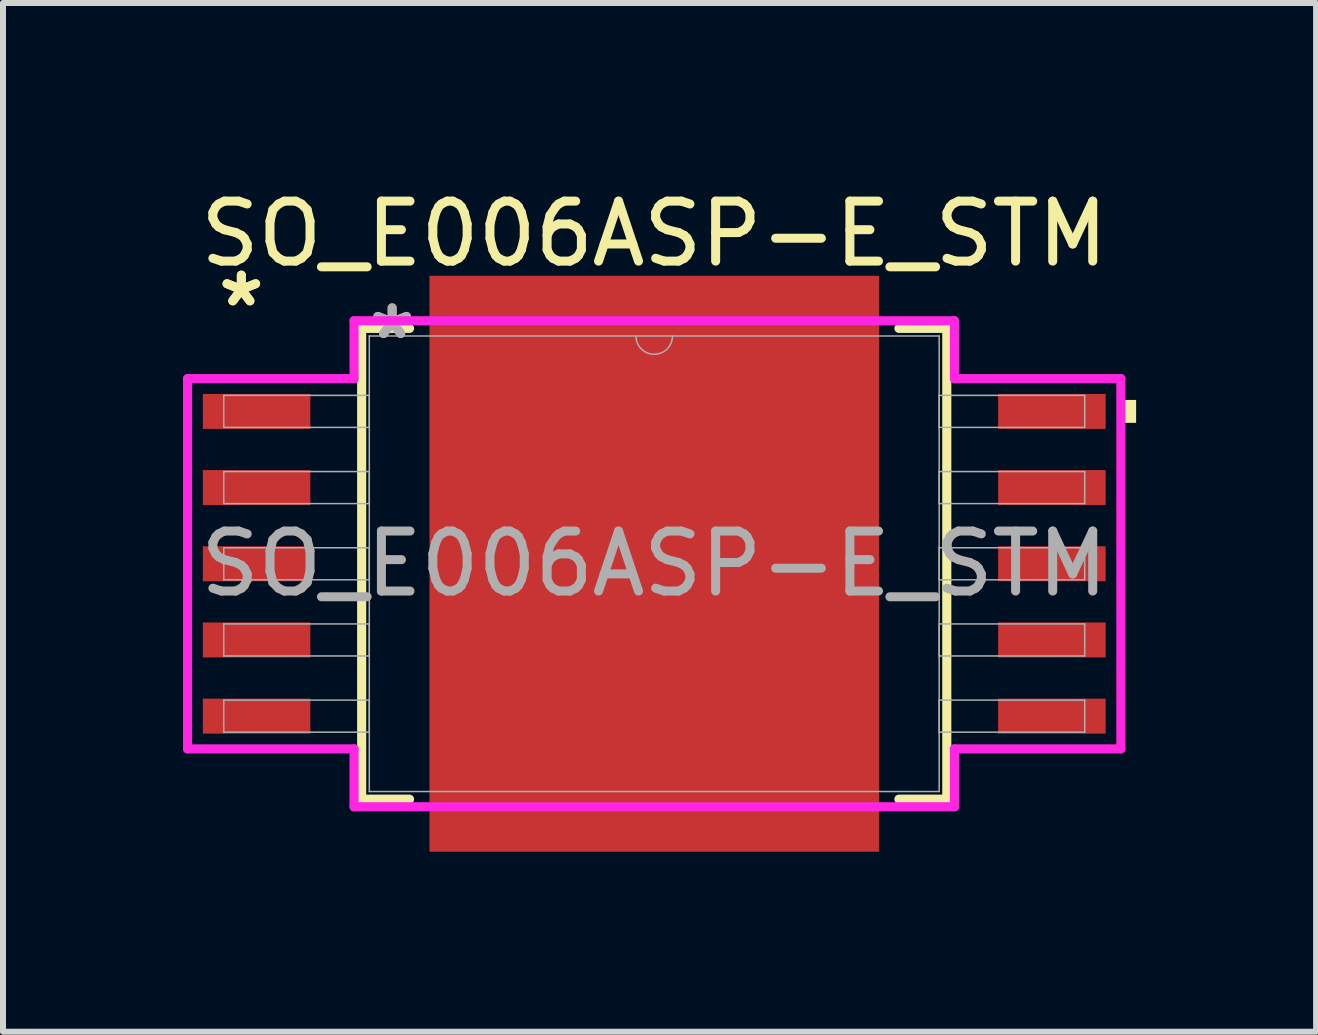
<source format=kicad_pcb>
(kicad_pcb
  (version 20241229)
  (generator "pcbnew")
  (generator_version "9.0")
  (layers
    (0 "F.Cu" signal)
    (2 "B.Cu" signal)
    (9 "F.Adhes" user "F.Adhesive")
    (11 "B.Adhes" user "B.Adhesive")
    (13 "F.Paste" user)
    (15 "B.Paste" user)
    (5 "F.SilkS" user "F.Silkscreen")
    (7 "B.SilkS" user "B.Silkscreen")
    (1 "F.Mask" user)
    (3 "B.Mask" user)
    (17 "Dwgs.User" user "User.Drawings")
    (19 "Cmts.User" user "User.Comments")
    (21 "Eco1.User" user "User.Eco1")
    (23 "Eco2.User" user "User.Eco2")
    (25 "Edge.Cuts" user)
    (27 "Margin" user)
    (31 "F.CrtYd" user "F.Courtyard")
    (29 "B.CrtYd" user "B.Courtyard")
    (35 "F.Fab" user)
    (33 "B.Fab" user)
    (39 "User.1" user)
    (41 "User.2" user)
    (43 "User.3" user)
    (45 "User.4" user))
  (footprint "SO_E006ASP-E_STM"
    (layer "F.Cu")
    (at 7.856 6.348)
    (property "Reference" "SO_E006ASP-E_STM" (at 0 -5.5 0) (unlocked yes) (layer "F.SilkS") (effects (font (size 1 1) (thickness 0.15))))
    (attr smd)
    (fp_line (start -4.877 -3.924) (end -4.877 3.924) (stroke (width 0.152) (type solid)) (layer "F.SilkS"))
    (fp_line (start -4.877 3.924) (end -4.079 3.924) (stroke (width 0.152) (type solid)) (layer "F.SilkS"))
    (fp_line (start -4.079 -3.924) (end -4.877 -3.924) (stroke (width 0.152) (type solid)) (layer "F.SilkS"))
    (fp_line (start 4.079 3.924) (end 4.877 3.924) (stroke (width 0.152) (type solid)) (layer "F.SilkS"))
    (fp_line (start 4.877 -3.924) (end 4.079 -3.924) (stroke (width 0.152) (type solid)) (layer "F.SilkS"))
    (fp_line (start 4.877 3.924) (end 4.877 -3.924) (stroke (width 0.152) (type solid)) (layer "F.SilkS"))
    (fp_poly (pts (xy 8.033 -2.731) (xy 8.033 -2.349) (xy 7.779 -2.349) (xy 7.779 -2.731)) (stroke (width 0) (type solid)) (fill yes) (layer "F.SilkS"))
    (fp_poly (pts (xy -3.647 -4.701) (xy -3.647 -3.529) (xy -2.348 -3.529) (xy -2.348 -4.701)) (stroke (width 0) (type solid)) (fill yes) (layer "F.Paste"))
    (fp_poly (pts (xy -3.647 -3.329) (xy -3.647 -2.157) (xy -2.348 -2.157) (xy -2.348 -3.329)) (stroke (width 0) (type solid)) (fill yes) (layer "F.Paste"))
    (fp_poly (pts (xy -3.647 -1.957) (xy -3.647 -0.786) (xy -2.348 -0.786) (xy -2.348 -1.957)) (stroke (width 0) (type solid)) (fill yes) (layer "F.Paste"))
    (fp_poly (pts (xy -3.647 -0.586) (xy -3.647 0.586) (xy -2.348 0.586) (xy -2.348 -0.586)) (stroke (width 0) (type solid)) (fill yes) (layer "F.Paste"))
    (fp_poly (pts (xy -3.647 0.786) (xy -3.647 1.957) (xy -2.348 1.957) (xy -2.348 0.786)) (stroke (width 0) (type solid)) (fill yes) (layer "F.Paste"))
    (fp_poly (pts (xy -3.647 2.157) (xy -3.647 3.329) (xy -2.348 3.329) (xy -2.348 2.157)) (stroke (width 0) (type solid)) (fill yes) (layer "F.Paste"))
    (fp_poly (pts (xy -3.647 3.529) (xy -3.647 4.701) (xy -2.348 4.701) (xy -2.348 3.529)) (stroke (width 0) (type solid)) (fill yes) (layer "F.Paste"))
    (fp_poly (pts (xy -2.148 -4.701) (xy -2.148 -3.529) (xy -0.849 -3.529) (xy -0.849 -4.701)) (stroke (width 0) (type solid)) (fill yes) (layer "F.Paste"))
    (fp_poly (pts (xy -2.148 -3.329) (xy -2.148 -2.157) (xy -0.849 -2.157) (xy -0.849 -3.329)) (stroke (width 0) (type solid)) (fill yes) (layer "F.Paste"))
    (fp_poly (pts (xy -2.148 -1.957) (xy -2.148 -0.786) (xy -0.849 -0.786) (xy -0.849 -1.957)) (stroke (width 0) (type solid)) (fill yes) (layer "F.Paste"))
    (fp_poly (pts (xy -2.148 -0.586) (xy -2.148 0.586) (xy -0.849 0.586) (xy -0.849 -0.586)) (stroke (width 0) (type solid)) (fill yes) (layer "F.Paste"))
    (fp_poly (pts (xy -2.148 0.786) (xy -2.148 1.957) (xy -0.849 1.957) (xy -0.849 0.786)) (stroke (width 0) (type solid)) (fill yes) (layer "F.Paste"))
    (fp_poly (pts (xy -2.148 2.157) (xy -2.148 3.329) (xy -0.849 3.329) (xy -0.849 2.157)) (stroke (width 0) (type solid)) (fill yes) (layer "F.Paste"))
    (fp_poly (pts (xy -2.148 3.529) (xy -2.148 4.701) (xy -0.849 4.701) (xy -0.849 3.529)) (stroke (width 0) (type solid)) (fill yes) (layer "F.Paste"))
    (fp_poly (pts (xy -0.649 -4.701) (xy -0.649 -3.529) (xy 0.649 -3.529) (xy 0.649 -4.701)) (stroke (width 0) (type solid)) (fill yes) (layer "F.Paste"))
    (fp_poly (pts (xy -0.649 -3.329) (xy -0.649 -2.157) (xy 0.649 -2.157) (xy 0.649 -3.329)) (stroke (width 0) (type solid)) (fill yes) (layer "F.Paste"))
    (fp_poly (pts (xy -0.649 -1.957) (xy -0.649 -0.786) (xy 0.649 -0.786) (xy 0.649 -1.957)) (stroke (width 0) (type solid)) (fill yes) (layer "F.Paste"))
    (fp_poly (pts (xy -0.649 -0.586) (xy -0.649 0.586) (xy 0.649 0.586) (xy 0.649 -0.586)) (stroke (width 0) (type solid)) (fill yes) (layer "F.Paste"))
    (fp_poly (pts (xy -0.649 0.786) (xy -0.649 1.957) (xy 0.649 1.957) (xy 0.649 0.786)) (stroke (width 0) (type solid)) (fill yes) (layer "F.Paste"))
    (fp_poly (pts (xy -0.649 2.157) (xy -0.649 3.329) (xy 0.649 3.329) (xy 0.649 2.157)) (stroke (width 0) (type solid)) (fill yes) (layer "F.Paste"))
    (fp_poly (pts (xy -0.649 3.529) (xy -0.649 4.701) (xy 0.649 4.701) (xy 0.649 3.529)) (stroke (width 0) (type solid)) (fill yes) (layer "F.Paste"))
    (fp_poly (pts (xy 0.849 -4.701) (xy 0.849 -3.529) (xy 2.148 -3.529) (xy 2.148 -4.701)) (stroke (width 0) (type solid)) (fill yes) (layer "F.Paste"))
    (fp_poly (pts (xy 0.849 -3.329) (xy 0.849 -2.157) (xy 2.148 -2.157) (xy 2.148 -3.329)) (stroke (width 0) (type solid)) (fill yes) (layer "F.Paste"))
    (fp_poly (pts (xy 0.849 -1.957) (xy 0.849 -0.786) (xy 2.148 -0.786) (xy 2.148 -1.957)) (stroke (width 0) (type solid)) (fill yes) (layer "F.Paste"))
    (fp_poly (pts (xy 0.849 -0.586) (xy 0.849 0.586) (xy 2.148 0.586) (xy 2.148 -0.586)) (stroke (width 0) (type solid)) (fill yes) (layer "F.Paste"))
    (fp_poly (pts (xy 0.849 0.786) (xy 0.849 1.957) (xy 2.148 1.957) (xy 2.148 0.786)) (stroke (width 0) (type solid)) (fill yes) (layer "F.Paste"))
    (fp_poly (pts (xy 0.849 2.157) (xy 0.849 3.329) (xy 2.148 3.329) (xy 2.148 2.157)) (stroke (width 0) (type solid)) (fill yes) (layer "F.Paste"))
    (fp_poly (pts (xy 0.849 3.529) (xy 0.849 4.701) (xy 2.148 4.701) (xy 2.148 3.529)) (stroke (width 0) (type solid)) (fill yes) (layer "F.Paste"))
    (fp_poly (pts (xy 2.348 -4.701) (xy 2.348 -3.529) (xy 3.647 -3.529) (xy 3.647 -4.701)) (stroke (width 0) (type solid)) (fill yes) (layer "F.Paste"))
    (fp_poly (pts (xy 2.348 -3.329) (xy 2.348 -2.157) (xy 3.647 -2.157) (xy 3.647 -3.329)) (stroke (width 0) (type solid)) (fill yes) (layer "F.Paste"))
    (fp_poly (pts (xy 2.348 -1.957) (xy 2.348 -0.786) (xy 3.647 -0.786) (xy 3.647 -1.957)) (stroke (width 0) (type solid)) (fill yes) (layer "F.Paste"))
    (fp_poly (pts (xy 2.348 -0.586) (xy 2.348 0.586) (xy 3.647 0.586) (xy 3.647 -0.586)) (stroke (width 0) (type solid)) (fill yes) (layer "F.Paste"))
    (fp_poly (pts (xy 2.348 0.786) (xy 2.348 1.957) (xy 3.647 1.957) (xy 3.647 0.786)) (stroke (width 0) (type solid)) (fill yes) (layer "F.Paste"))
    (fp_poly (pts (xy 2.348 2.157) (xy 2.348 3.329) (xy 3.647 3.329) (xy 3.647 2.157)) (stroke (width 0) (type solid)) (fill yes) (layer "F.Paste"))
    (fp_poly (pts (xy 2.348 3.529) (xy 2.348 4.701) (xy 3.647 4.701) (xy 3.647 3.529)) (stroke (width 0) (type solid)) (fill yes) (layer "F.Paste"))
    (fp_line (start -7.779 -3.086) (end -5.004 -3.086) (stroke (width 0.152) (type solid)) (layer "F.CrtYd"))
    (fp_line (start -7.779 3.086) (end -7.779 -3.086) (stroke (width 0.152) (type solid)) (layer "F.CrtYd"))
    (fp_line (start -7.779 3.086) (end -5.004 3.086) (stroke (width 0.152) (type solid)) (layer "F.CrtYd"))
    (fp_line (start -5.004 -4.051) (end 5.004 -4.051) (stroke (width 0.152) (type solid)) (layer "F.CrtYd"))
    (fp_line (start -5.004 -3.086) (end -5.004 -4.051) (stroke (width 0.152) (type solid)) (layer "F.CrtYd"))
    (fp_line (start -5.004 4.051) (end -5.004 3.086) (stroke (width 0.152) (type solid)) (layer "F.CrtYd"))
    (fp_line (start 5.004 -4.051) (end 5.004 -3.086) (stroke (width 0.152) (type solid)) (layer "F.CrtYd"))
    (fp_line (start 5.004 3.086) (end 5.004 4.051) (stroke (width 0.152) (type solid)) (layer "F.CrtYd"))
    (fp_line (start 5.004 4.051) (end -5.004 4.051) (stroke (width 0.152) (type solid)) (layer "F.CrtYd"))
    (fp_line (start 7.779 -3.086) (end 5.004 -3.086) (stroke (width 0.152) (type solid)) (layer "F.CrtYd"))
    (fp_line (start 7.779 -3.086) (end 7.779 3.086) (stroke (width 0.152) (type solid)) (layer "F.CrtYd"))
    (fp_line (start 7.779 3.086) (end 5.004 3.086) (stroke (width 0.152) (type solid)) (layer "F.CrtYd"))
    (fp_line (start -7.176 -2.807) (end -7.176 -2.273) (stroke (width 0.025) (type solid)) (layer "F.Fab"))
    (fp_line (start -7.176 -2.273) (end -4.75 -2.273) (stroke (width 0.025) (type solid)) (layer "F.Fab"))
    (fp_line (start -7.176 -1.537) (end -7.176 -1.003) (stroke (width 0.025) (type solid)) (layer "F.Fab"))
    (fp_line (start -7.176 -1.003) (end -4.75 -1.003) (stroke (width 0.025) (type solid)) (layer "F.Fab"))
    (fp_line (start -7.176 -0.267) (end -7.176 0.267) (stroke (width 0.025) (type solid)) (layer "F.Fab"))
    (fp_line (start -7.176 0.267) (end -4.75 0.267) (stroke (width 0.025) (type solid)) (layer "F.Fab"))
    (fp_line (start -7.176 1.003) (end -7.176 1.537) (stroke (width 0.025) (type solid)) (layer "F.Fab"))
    (fp_line (start -7.176 1.537) (end -4.75 1.537) (stroke (width 0.025) (type solid)) (layer "F.Fab"))
    (fp_line (start -7.176 2.273) (end -7.176 2.807) (stroke (width 0.025) (type solid)) (layer "F.Fab"))
    (fp_line (start -7.176 2.807) (end -4.75 2.807) (stroke (width 0.025) (type solid)) (layer "F.Fab"))
    (fp_line (start -4.75 -3.797) (end -4.75 3.797) (stroke (width 0.025) (type solid)) (layer "F.Fab"))
    (fp_line (start -4.75 -2.807) (end -7.176 -2.807) (stroke (width 0.025) (type solid)) (layer "F.Fab"))
    (fp_line (start -4.75 -2.273) (end -4.75 -2.807) (stroke (width 0.025) (type solid)) (layer "F.Fab"))
    (fp_line (start -4.75 -1.537) (end -7.176 -1.537) (stroke (width 0.025) (type solid)) (layer "F.Fab"))
    (fp_line (start -4.75 -1.003) (end -4.75 -1.537) (stroke (width 0.025) (type solid)) (layer "F.Fab"))
    (fp_line (start -4.75 -0.267) (end -7.176 -0.267) (stroke (width 0.025) (type solid)) (layer "F.Fab"))
    (fp_line (start -4.75 0.267) (end -4.75 -0.267) (stroke (width 0.025) (type solid)) (layer "F.Fab"))
    (fp_line (start -4.75 1.003) (end -7.176 1.003) (stroke (width 0.025) (type solid)) (layer "F.Fab"))
    (fp_line (start -4.75 1.537) (end -4.75 1.003) (stroke (width 0.025) (type solid)) (layer "F.Fab"))
    (fp_line (start -4.75 2.273) (end -7.176 2.273) (stroke (width 0.025) (type solid)) (layer "F.Fab"))
    (fp_line (start -4.75 2.807) (end -4.75 2.273) (stroke (width 0.025) (type solid)) (layer "F.Fab"))
    (fp_line (start -4.75 3.797) (end 4.75 3.797) (stroke (width 0.025) (type solid)) (layer "F.Fab"))
    (fp_line (start 4.75 -3.797) (end -4.75 -3.797) (stroke (width 0.025) (type solid)) (layer "F.Fab"))
    (fp_line (start 4.75 -2.807) (end 4.75 -2.273) (stroke (width 0.025) (type solid)) (layer "F.Fab"))
    (fp_line (start 4.75 -2.273) (end 7.176 -2.273) (stroke (width 0.025) (type solid)) (layer "F.Fab"))
    (fp_line (start 4.75 -1.537) (end 4.75 -1.003) (stroke (width 0.025) (type solid)) (layer "F.Fab"))
    (fp_line (start 4.75 -1.003) (end 7.176 -1.003) (stroke (width 0.025) (type solid)) (layer "F.Fab"))
    (fp_line (start 4.75 -0.267) (end 4.75 0.267) (stroke (width 0.025) (type solid)) (layer "F.Fab"))
    (fp_line (start 4.75 0.267) (end 7.176 0.267) (stroke (width 0.025) (type solid)) (layer "F.Fab"))
    (fp_line (start 4.75 1.003) (end 4.75 1.537) (stroke (width 0.025) (type solid)) (layer "F.Fab"))
    (fp_line (start 4.75 1.537) (end 7.176 1.537) (stroke (width 0.025) (type solid)) (layer "F.Fab"))
    (fp_line (start 4.75 2.273) (end 4.75 2.807) (stroke (width 0.025) (type solid)) (layer "F.Fab"))
    (fp_line (start 4.75 2.807) (end 7.176 2.807) (stroke (width 0.025) (type solid)) (layer "F.Fab"))
    (fp_line (start 4.75 3.797) (end 4.75 -3.797) (stroke (width 0.025) (type solid)) (layer "F.Fab"))
    (fp_line (start 7.176 -2.807) (end 4.75 -2.807) (stroke (width 0.025) (type solid)) (layer "F.Fab"))
    (fp_line (start 7.176 -2.273) (end 7.176 -2.807) (stroke (width 0.025) (type solid)) (layer "F.Fab"))
    (fp_line (start 7.176 -1.537) (end 4.75 -1.537) (stroke (width 0.025) (type solid)) (layer "F.Fab"))
    (fp_line (start 7.176 -1.003) (end 7.176 -1.537) (stroke (width 0.025) (type solid)) (layer "F.Fab"))
    (fp_line (start 7.176 -0.267) (end 4.75 -0.267) (stroke (width 0.025) (type solid)) (layer "F.Fab"))
    (fp_line (start 7.176 0.267) (end 7.176 -0.267) (stroke (width 0.025) (type solid)) (layer "F.Fab"))
    (fp_line (start 7.176 1.003) (end 4.75 1.003) (stroke (width 0.025) (type solid)) (layer "F.Fab"))
    (fp_line (start 7.176 1.537) (end 7.176 1.003) (stroke (width 0.025) (type solid)) (layer "F.Fab"))
    (fp_line (start 7.176 2.273) (end 4.75 2.273) (stroke (width 0.025) (type solid)) (layer "F.Fab"))
    (fp_line (start 7.176 2.807) (end 7.176 2.273) (stroke (width 0.025) (type solid)) (layer "F.Fab"))
    (fp_arc (start 0.3048 -3.7973) (mid 0 -3.4925) (end -0.3048 -3.7973) (stroke (width 0.0254) (type solid)) (layer "F.Fab"))
    (fp_text user "*" (at -6.883 -4.266 0) (unlocked yes) (layer "F.SilkS") (effects (font (size 1 1) (thickness 0.15))))
    (fp_text user "*" (at -6.883 -4.266 0) (layer "F.SilkS") (effects (font (size 1 1) (thickness 0.15))))
    (fp_text user "*" (at -4.369 -3.721 0) (unlocked yes) (layer "F.Fab") (effects (font (size 1 1) (thickness 0.15))))
    (fp_text user "*" (at -4.369 -3.721 0) (layer "F.Fab") (effects (font (size 1 1) (thickness 0.15))))
    (fp_text user "${REFERENCE}" (at 0 0 0) (unlocked yes) (layer "F.Fab") (effects (font (size 1 1) (thickness 0.15))))
    (pad "1" smd rect (at -6.629 -2.54) (size 1.792 0.583) (layers "F.Cu" "F.Mask" "F.Paste"))
    (pad "2" smd rect (at -6.629 -1.27) (size 1.792 0.583) (layers "F.Cu" "F.Mask" "F.Paste"))
    (pad "3" smd rect (at -6.629 0) (size 1.792 0.583) (layers "F.Cu" "F.Mask" "F.Paste"))
    (pad "4" smd rect (at -6.629 1.27) (size 1.792 0.583) (layers "F.Cu" "F.Mask" "F.Paste"))
    (pad "5" smd rect (at -6.629 2.54) (size 1.792 0.583) (layers "F.Cu" "F.Mask" "F.Paste"))
    (pad "6" smd rect (at 6.629 2.54) (size 1.792 0.583) (layers "F.Cu" "F.Mask" "F.Paste"))
    (pad "7" smd rect (at 6.629 1.27) (size 1.792 0.583) (layers "F.Cu" "F.Mask" "F.Paste"))
    (pad "8" smd rect (at 6.629 0) (size 1.792 0.583) (layers "F.Cu" "F.Mask" "F.Paste"))
    (pad "9" smd rect (at 6.629 -1.27) (size 1.792 0.583) (layers "F.Cu" "F.Mask" "F.Paste"))
    (pad "10" smd rect (at 6.629 -2.54) (size 1.792 0.583) (layers "F.Cu" "F.Mask" "F.Paste"))
    (pad "EPAD" smd rect (at 0 0) (size 7.493 9.601) (layers "F.Cu" "F.Mask")))
  (gr_rect
    (start -3 -3)
    (end 18.889 14.149)
    (stroke (width 0.1) (type default))
    (fill no)
    (layer "Edge.Cuts")))
</source>
